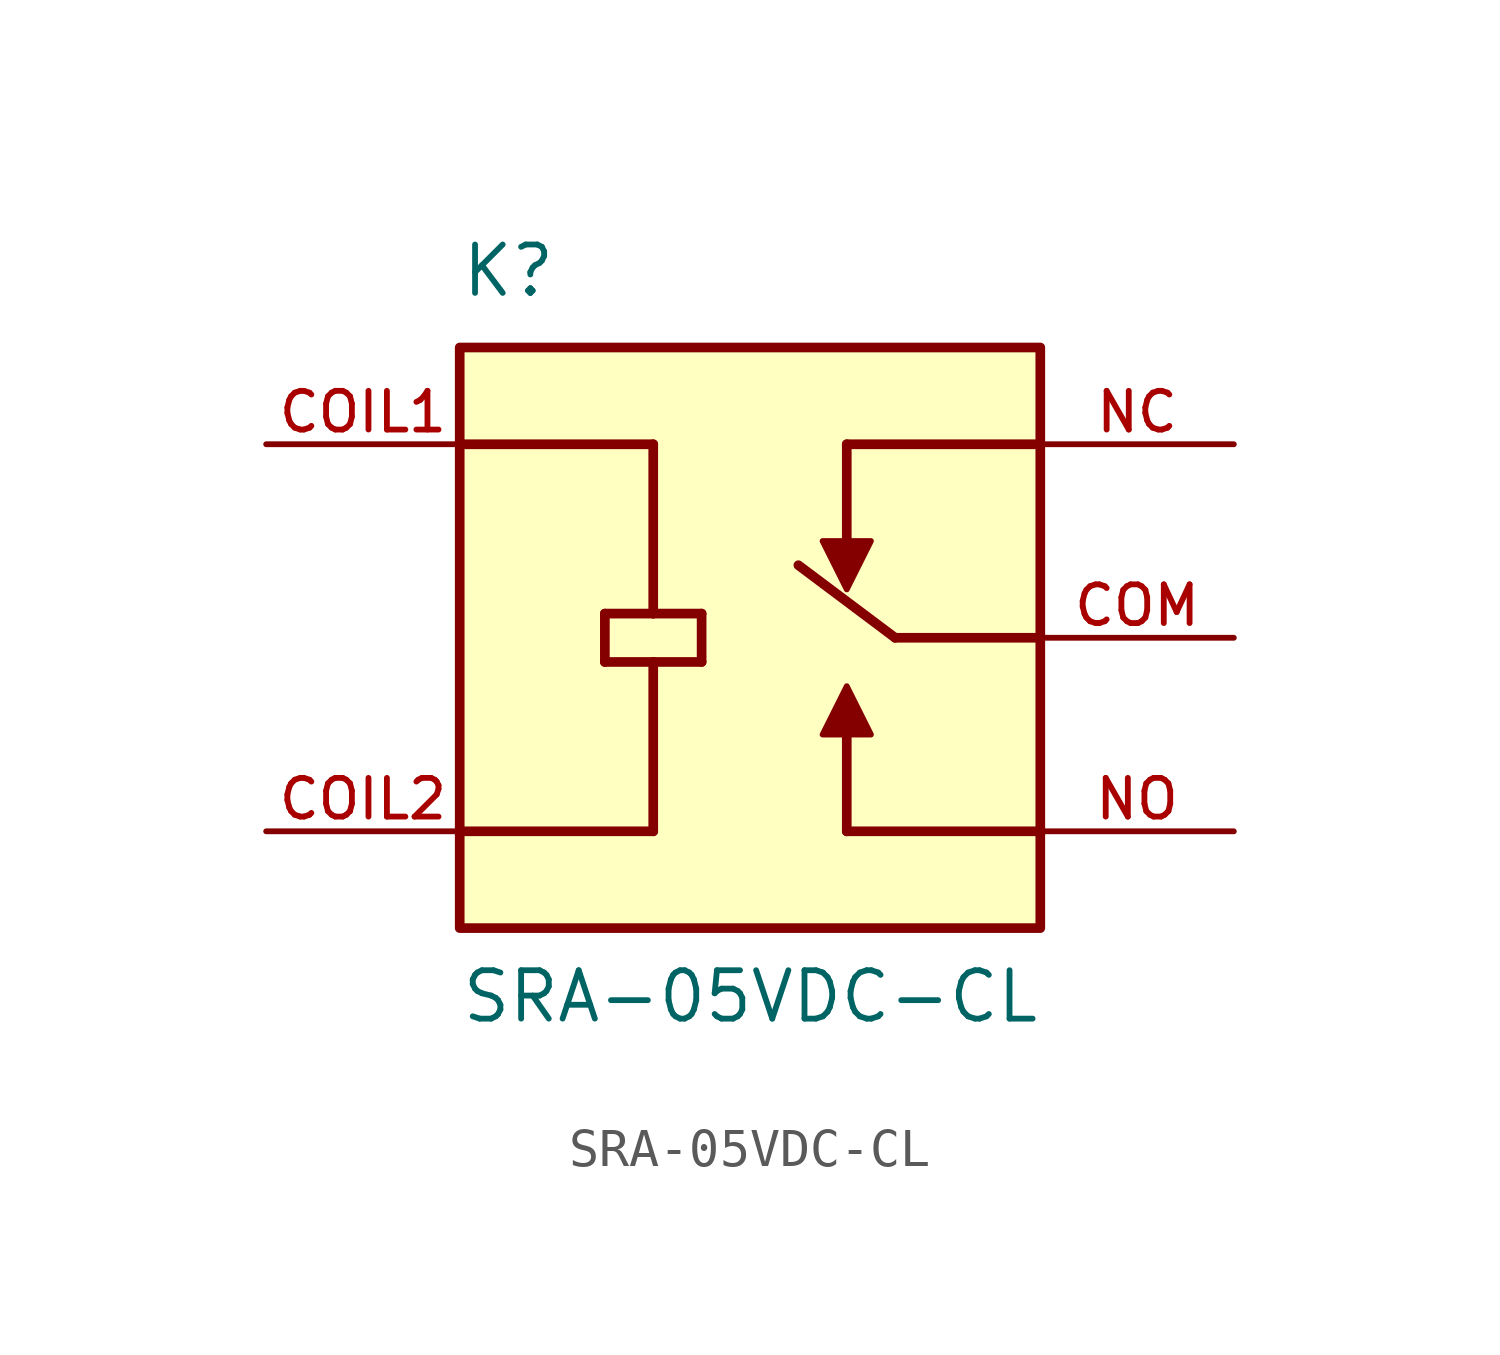
<source format=kicad_sym>
(kicad_symbol_lib
  (version 20241209)
  (generator "kicad_symbol_editor")
  (generator_version "9.0")
  (symbol "SRA-05VDC-CL"
    (pin_names
      (offset 1.016))
    (property "Reference" "K"
      (at -7.62 8.89 0)
      (effects (font (size 1.27 1.27)) (justify left bottom)))
    (property "Value" "SRA-05VDC-CL"
      (at -7.62 -10.16 0)
      (effects (font (size 1.27 1.27)) (justify left bottom)))
    (symbol "SRA-05VDC-CL_0_0"
      (polyline (pts (xy -7.62 5.08) (xy -2.54 5.08)) (stroke (width 0.254) (type default)) (fill (type none)))
      (polyline (pts (xy -7.62 -5.08) (xy -2.54 -5.08)) (stroke (width 0.254) (type default)) (fill (type none)))
      (rectangle (start -7.62 -7.62) (end 7.62 7.62) (stroke (width 0.254) (type default)) (fill (type background)))
      (polyline (pts (xy -3.81 0.635) (xy -2.54 0.635)) (stroke (width 0.254) (type default)) (fill (type none)))
      (polyline (pts (xy -3.81 -0.635) (xy -3.81 0.635)) (stroke (width 0.254) (type default)) (fill (type none)))
      (polyline (pts (xy -2.54 5.08) (xy -2.54 0.635)) (stroke (width 0.254) (type default)) (fill (type none)))
      (polyline (pts (xy -2.54 0.635) (xy -1.27 0.635)) (stroke (width 0.254) (type default)) (fill (type none)))
      (polyline (pts (xy -2.54 -0.635) (xy -3.81 -0.635)) (stroke (width 0.254) (type default)) (fill (type none)))
      (polyline (pts (xy -2.54 -0.635) (xy -2.54 -5.08)) (stroke (width 0.254) (type default)) (fill (type none)))
      (polyline (pts (xy -1.27 0.635) (xy -1.27 -0.635)) (stroke (width 0.254) (type default)) (fill (type none)))
      (polyline (pts (xy -1.27 -0.635) (xy -2.54 -0.635)) (stroke (width 0.254) (type default)) (fill (type none)))
      (polyline (pts (xy 1.905 -2.54) (xy 3.175 -2.54) (xy 2.54 -1.27) (xy 1.905 -2.54)) (stroke (width 0.152) (type default)) (fill (type outline)))
      (polyline (pts (xy 2.54 5.08) (xy 2.54 2.54)) (stroke (width 0.254) (type default)) (fill (type none)))
      (polyline (pts (xy 2.54 5.08) (xy 7.62 5.08)) (stroke (width 0.254) (type default)) (fill (type none)))
      (polyline (pts (xy 2.54 -5.08) (xy 2.54 -2.54)) (stroke (width 0.254) (type default)) (fill (type none)))
      (polyline (pts (xy 3.175 2.54) (xy 1.905 2.54) (xy 2.54 1.27) (xy 3.175 2.54)) (stroke (width 0.152) (type default)) (fill (type outline)))
      (polyline (pts (xy 3.81 0) (xy 1.27 1.905)) (stroke (width 0.254) (type default)) (fill (type none)))
      (polyline (pts (xy 7.62 0) (xy 3.81 0)) (stroke (width 0.254) (type default)) (fill (type none)))
      (polyline (pts (xy 7.62 -5.08) (xy 2.54 -5.08)) (stroke (width 0.254) (type default)) (fill (type none)))
      (pin passive line (at -12.7 5.08 0) (length 5.08) (name "~" (effects (font (size 1.016 1.016)))) (number "COIL1" (effects (font (size 1.016 1.016)))))
      (pin passive line (at -12.7 -5.08 0) (length 5.08) (name "~" (effects (font (size 1.016 1.016)))) (number "COIL2" (effects (font (size 1.016 1.016)))))
      (pin passive line (at 12.7 5.08 180) (length 5.08) (name "~" (effects (font (size 1.016 1.016)))) (number "NC" (effects (font (size 1.016 1.016)))))
      (pin passive line (at 12.7 0 180) (length 5.08) (name "~" (effects (font (size 1.016 1.016)))) (number "COM" (effects (font (size 1.016 1.016)))))
      (pin passive line (at 12.7 -5.08 180) (length 5.08) (name "~" (effects (font (size 1.016 1.016)))) (number "NO" (effects (font (size 1.016 1.016))))))))
</source>
